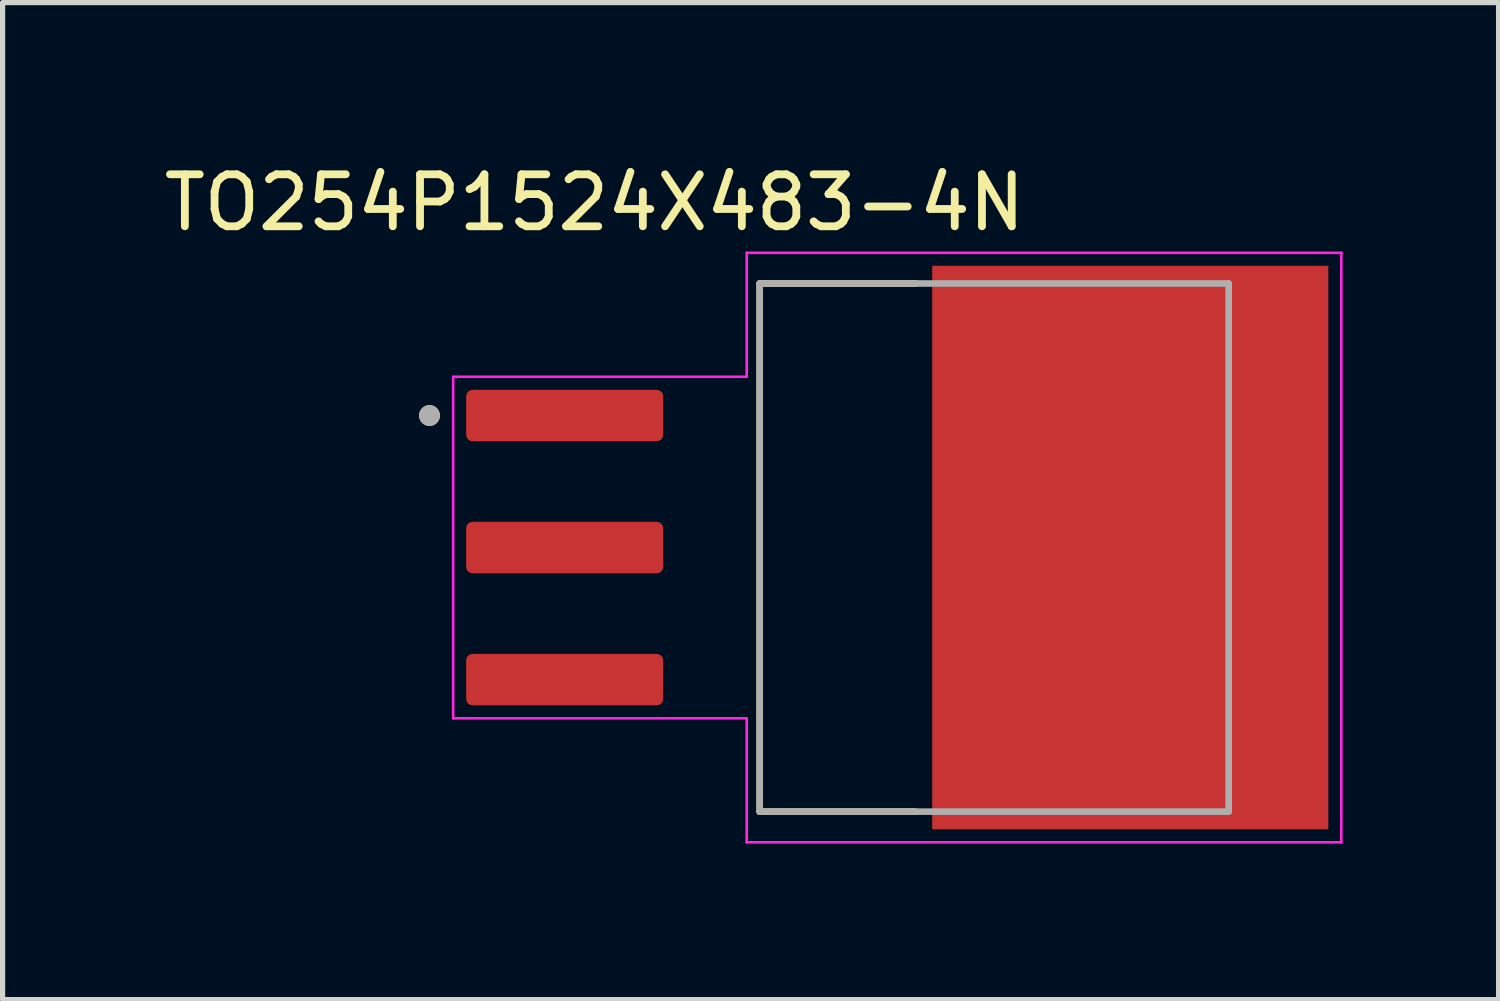
<source format=kicad_pcb>
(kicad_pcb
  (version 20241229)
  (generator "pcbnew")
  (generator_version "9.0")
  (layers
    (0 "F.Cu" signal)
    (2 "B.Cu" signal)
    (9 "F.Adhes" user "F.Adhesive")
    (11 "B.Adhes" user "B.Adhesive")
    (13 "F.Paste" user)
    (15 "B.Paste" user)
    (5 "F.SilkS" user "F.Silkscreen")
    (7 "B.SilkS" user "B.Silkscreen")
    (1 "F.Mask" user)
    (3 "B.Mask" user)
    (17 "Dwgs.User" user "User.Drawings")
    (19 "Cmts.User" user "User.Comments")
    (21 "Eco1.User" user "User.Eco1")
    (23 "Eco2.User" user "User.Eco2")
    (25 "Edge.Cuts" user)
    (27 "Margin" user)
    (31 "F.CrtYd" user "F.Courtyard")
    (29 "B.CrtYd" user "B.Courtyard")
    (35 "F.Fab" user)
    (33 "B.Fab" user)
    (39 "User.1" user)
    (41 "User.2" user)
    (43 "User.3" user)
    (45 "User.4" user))
  (footprint "TO254P1524X483-4N"
    (layer "F.Cu")
    (at 14.212 7.483)
    (property "Reference" "TO254P1524X483-4N" (at -5.825 -6.635 0) (layer "F.SilkS") (effects (font (size 1 1) (thickness 0.15))))
    (attr smd)
    (fp_line (start -2.648 -5.08) (end -2.648 5.08) (stroke (width 0.127) (type solid)) (layer "F.SilkS"))
    (fp_line (start -2.648 5.08) (end 0.35 5.08) (stroke (width 0.127) (type solid)) (layer "F.SilkS"))
    (fp_line (start 0.35 -5.08) (end -2.648 -5.08) (stroke (width 0.127) (type solid)) (layer "F.SilkS"))
    (fp_circle (center -9 -2.54) (end -8.9 -2.54) (stroke (width 0.2) (type solid)) (fill no) (layer "F.SilkS"))
    (fp_poly (pts (xy 1.215 -5.13) (xy 2.665 -5.13) (xy 2.665 -3.87) (xy 1.215 -3.87)) (stroke (width 0.01) (type solid)) (fill yes) (layer "F.Paste"))
    (fp_poly (pts (xy 1.215 -3.33) (xy 2.665 -3.33) (xy 2.665 -2.07) (xy 1.215 -2.07)) (stroke (width 0.01) (type solid)) (fill yes) (layer "F.Paste"))
    (fp_poly (pts (xy 1.215 -1.53) (xy 2.665 -1.53) (xy 2.665 -0.27) (xy 1.215 -0.27)) (stroke (width 0.01) (type solid)) (fill yes) (layer "F.Paste"))
    (fp_poly (pts (xy 1.215 0.27) (xy 2.665 0.27) (xy 2.665 1.53) (xy 1.215 1.53)) (stroke (width 0.01) (type solid)) (fill yes) (layer "F.Paste"))
    (fp_poly (pts (xy 1.215 2.07) (xy 2.665 2.07) (xy 2.665 3.33) (xy 1.215 3.33)) (stroke (width 0.01) (type solid)) (fill yes) (layer "F.Paste"))
    (fp_poly (pts (xy 1.215 3.87) (xy 2.665 3.87) (xy 2.665 5.13) (xy 1.215 5.13)) (stroke (width 0.01) (type solid)) (fill yes) (layer "F.Paste"))
    (fp_poly (pts (xy 3.755 -5.13) (xy 5.205 -5.13) (xy 5.205 -3.87) (xy 3.755 -3.87)) (stroke (width 0.01) (type solid)) (fill yes) (layer "F.Paste"))
    (fp_poly (pts (xy 3.755 -3.33) (xy 5.205 -3.33) (xy 5.205 -2.07) (xy 3.755 -2.07)) (stroke (width 0.01) (type solid)) (fill yes) (layer "F.Paste"))
    (fp_poly (pts (xy 3.755 -1.53) (xy 5.205 -1.53) (xy 5.205 -0.27) (xy 3.755 -0.27)) (stroke (width 0.01) (type solid)) (fill yes) (layer "F.Paste"))
    (fp_poly (pts (xy 3.755 0.27) (xy 5.205 0.27) (xy 5.205 1.53) (xy 3.755 1.53)) (stroke (width 0.01) (type solid)) (fill yes) (layer "F.Paste"))
    (fp_poly (pts (xy 3.755 2.07) (xy 5.205 2.07) (xy 5.205 3.33) (xy 3.755 3.33)) (stroke (width 0.01) (type solid)) (fill yes) (layer "F.Paste"))
    (fp_poly (pts (xy 3.755 3.87) (xy 5.205 3.87) (xy 5.205 5.13) (xy 3.755 5.13)) (stroke (width 0.01) (type solid)) (fill yes) (layer "F.Paste"))
    (fp_poly (pts (xy 6.295 -5.13) (xy 7.745 -5.13) (xy 7.745 -3.87) (xy 6.295 -3.87)) (stroke (width 0.01) (type solid)) (fill yes) (layer "F.Paste"))
    (fp_poly (pts (xy 6.295 -3.33) (xy 7.745 -3.33) (xy 7.745 -2.07) (xy 6.295 -2.07)) (stroke (width 0.01) (type solid)) (fill yes) (layer "F.Paste"))
    (fp_poly (pts (xy 6.295 -1.53) (xy 7.745 -1.53) (xy 7.745 -0.27) (xy 6.295 -0.27)) (stroke (width 0.01) (type solid)) (fill yes) (layer "F.Paste"))
    (fp_poly (pts (xy 6.295 0.27) (xy 7.745 0.27) (xy 7.745 1.53) (xy 6.295 1.53)) (stroke (width 0.01) (type solid)) (fill yes) (layer "F.Paste"))
    (fp_poly (pts (xy 6.295 2.07) (xy 7.745 2.07) (xy 7.745 3.33) (xy 6.295 3.33)) (stroke (width 0.01) (type solid)) (fill yes) (layer "F.Paste"))
    (fp_poly (pts (xy 6.295 3.87) (xy 7.745 3.87) (xy 7.745 5.13) (xy 6.295 5.13)) (stroke (width 0.01) (type solid)) (fill yes) (layer "F.Paste"))
    (fp_line (start -8.545 -3.285) (end -8.545 3.285) (stroke (width 0.05) (type solid)) (layer "F.CrtYd"))
    (fp_line (start -8.545 3.285) (end -2.898 3.285) (stroke (width 0.05) (type solid)) (layer "F.CrtYd"))
    (fp_line (start -2.898 -5.67) (end -2.898 -3.285) (stroke (width 0.05) (type solid)) (layer "F.CrtYd"))
    (fp_line (start -2.898 -3.285) (end -8.545 -3.285) (stroke (width 0.05) (type solid)) (layer "F.CrtYd"))
    (fp_line (start -2.898 3.285) (end -2.898 5.67) (stroke (width 0.05) (type solid)) (layer "F.CrtYd"))
    (fp_line (start -2.898 5.67) (end 8.54 5.67) (stroke (width 0.05) (type solid)) (layer "F.CrtYd"))
    (fp_line (start 8.54 -5.67) (end -2.898 -5.67) (stroke (width 0.05) (type solid)) (layer "F.CrtYd"))
    (fp_line (start 8.54 5.67) (end 8.54 -5.67) (stroke (width 0.05) (type solid)) (layer "F.CrtYd"))
    (fp_line (start -2.648 -5.08) (end 6.373 -5.08) (stroke (width 0.127) (type solid)) (layer "F.Fab"))
    (fp_line (start -2.648 5.08) (end -2.648 -5.08) (stroke (width 0.127) (type solid)) (layer "F.Fab"))
    (fp_line (start 6.373 -5.08) (end 6.373 5.08) (stroke (width 0.127) (type solid)) (layer "F.Fab"))
    (fp_line (start 6.373 5.08) (end -2.648 5.08) (stroke (width 0.127) (type solid)) (layer "F.Fab"))
    (fp_circle (center -9 -2.54) (end -8.9 -2.54) (stroke (width 0.2) (type solid)) (fill no) (layer "F.Fab"))
    (pad "1" smd roundrect (at -6.4 -2.54) (size 3.79 0.99) (layers "F.Cu" "F.Mask" "F.Paste") (roundrect_rratio 0.125))
    (pad "2" smd roundrect (at -6.4 0) (size 3.79 0.99) (layers "F.Cu" "F.Mask" "F.Paste") (roundrect_rratio 0.125))
    (pad "2" smd rect (at 4.48 0) (size 7.62 10.84) (layers "F.Cu" "F.Mask"))
    (pad "3" smd roundrect (at -6.4 2.54) (size 3.79 0.99) (layers "F.Cu" "F.Mask" "F.Paste") (roundrect_rratio 0.125)))
  (gr_rect
    (start -3 -3)
    (end 25.777 16.178)
    (stroke (width 0.1) (type default))
    (fill no)
    (layer "Edge.Cuts")))
</source>
